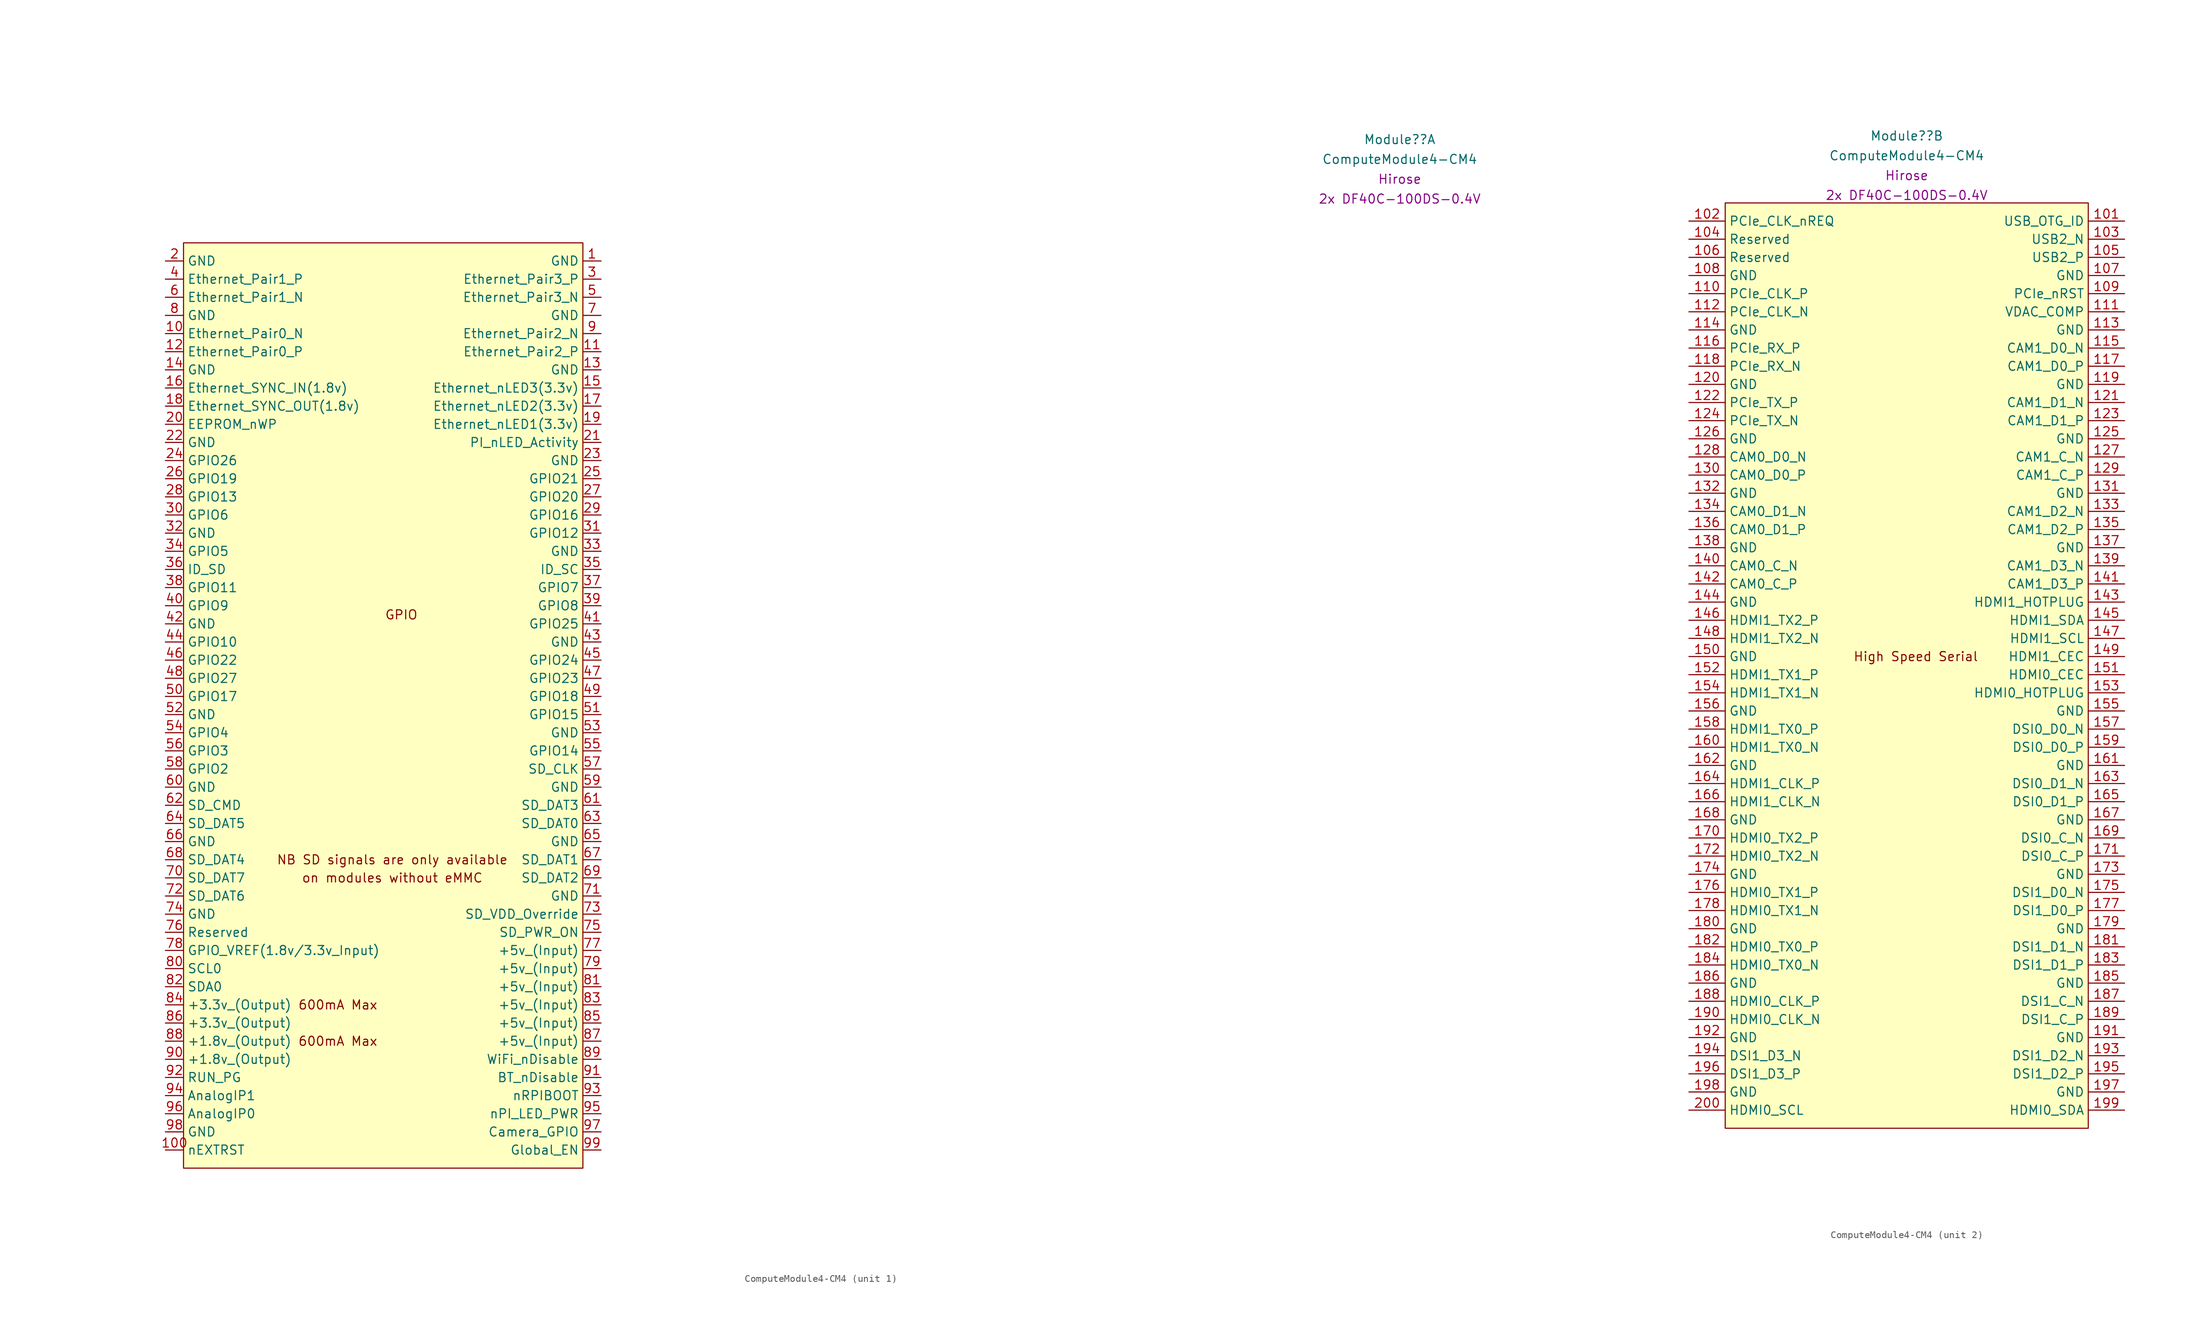
<source format=kicad_sym>
(kicad_symbol_lib
  (version 20211014)
  (generator kicad_symbol_editor)
  (symbol "ComputeModule4-CM4"
    (property "Reference" "Module?"
      (at 139.7 72.89 0)
      (effects (font (size 1.27 1.27))))
    (property "Value" "ComputeModule4-CM4"
      (at 139.7 70.115 0)
      (effects (font (size 1.27 1.27))))
    (property "Field4" "Hirose"
      (at 139.7 67.34 0)
      (effects (font (size 1.27 1.27))))
    (property "Field5" "2x DF40C-100DS-0.4V"
      (at 139.7 64.564 0)
      (effects (font (size 1.27 1.27))))
    (symbol "ComputeModule4-CM4_1_0"
      (text "GPIO" (at 0 6.35 0) (effects (font (size 1.27 1.27)))))
    (symbol "ComputeModule4-CM4_1_1"
      (rectangle (start -30.48 -71.12) (end 25.4 58.42) (stroke (width 0) (type default) (color 0 0 0 0)) (fill (type background)))
      (text "600mA Max" (at -8.89 -53.34 0) (effects (font (size 1.27 1.27))))
      (text "600mA Max" (at -8.89 -48.26 0) (effects (font (size 1.27 1.27))))
      (text "NB SD signals are only available" (at -1.27 -27.94 0) (effects (font (size 1.27 1.27))))
      (text "on modules without eMMC" (at -1.27 -30.48 0) (effects (font (size 1.27 1.27))))
      (pin power_in line (at 27.94 55.88 180) (length 2.54) (name "GND" (effects (font (size 1.27 1.27)))) (number "1" (effects (font (size 1.27 1.27)))))
      (pin passive line (at -33.02 45.72 0) (length 2.54) (name "Ethernet_Pair0_N" (effects (font (size 1.27 1.27)))) (number "10" (effects (font (size 1.27 1.27)))))
      (pin output line (at -33.02 -68.58 0) (length 2.54) (name "nEXTRST" (effects (font (size 1.27 1.27)))) (number "100" (effects (font (size 1.27 1.27)))))
      (pin passive line (at 27.94 43.18 180) (length 2.54) (name "Ethernet_Pair2_P" (effects (font (size 1.27 1.27)))) (number "11" (effects (font (size 1.27 1.27)))))
      (pin passive line (at -33.02 43.18 0) (length 2.54) (name "Ethernet_Pair0_P" (effects (font (size 1.27 1.27)))) (number "12" (effects (font (size 1.27 1.27)))))
      (pin power_in line (at 27.94 40.64 180) (length 2.54) (name "GND" (effects (font (size 1.27 1.27)))) (number "13" (effects (font (size 1.27 1.27)))))
      (pin power_in line (at -33.02 40.64 0) (length 2.54) (name "GND" (effects (font (size 1.27 1.27)))) (number "14" (effects (font (size 1.27 1.27)))))
      (pin output line (at 27.94 38.1 180) (length 2.54) (name "Ethernet_nLED3(3.3v)" (effects (font (size 1.27 1.27)))) (number "15" (effects (font (size 1.27 1.27)))))
      (pin input line (at -33.02 38.1 0) (length 2.54) (name "Ethernet_SYNC_IN(1.8v)" (effects (font (size 1.27 1.27)))) (number "16" (effects (font (size 1.27 1.27)))))
      (pin output line (at 27.94 35.56 180) (length 2.54) (name "Ethernet_nLED2(3.3v)" (effects (font (size 1.27 1.27)))) (number "17" (effects (font (size 1.27 1.27)))))
      (pin input line (at -33.02 35.56 0) (length 2.54) (name "Ethernet_SYNC_OUT(1.8v)" (effects (font (size 1.27 1.27)))) (number "18" (effects (font (size 1.27 1.27)))))
      (pin output line (at 27.94 33.02 180) (length 2.54) (name "Ethernet_nLED1(3.3v)" (effects (font (size 1.27 1.27)))) (number "19" (effects (font (size 1.27 1.27)))))
      (pin power_in line (at -33.02 55.88 0) (length 2.54) (name "GND" (effects (font (size 1.27 1.27)))) (number "2" (effects (font (size 1.27 1.27)))))
      (pin passive line (at -33.02 33.02 0) (length 2.54) (name "EEPROM_nWP" (effects (font (size 1.27 1.27)))) (number "20" (effects (font (size 1.27 1.27)))))
      (pin open_collector line (at 27.94 30.48 180) (length 2.54) (name "PI_nLED_Activity" (effects (font (size 1.27 1.27)))) (number "21" (effects (font (size 1.27 1.27)))))
      (pin power_in line (at -33.02 30.48 0) (length 2.54) (name "GND" (effects (font (size 1.27 1.27)))) (number "22" (effects (font (size 1.27 1.27)))))
      (pin power_in line (at 27.94 27.94 180) (length 2.54) (name "GND" (effects (font (size 1.27 1.27)))) (number "23" (effects (font (size 1.27 1.27)))))
      (pin passive line (at -33.02 27.94 0) (length 2.54) (name "GPIO26" (effects (font (size 1.27 1.27)))) (number "24" (effects (font (size 1.27 1.27)))))
      (pin passive line (at 27.94 25.4 180) (length 2.54) (name "GPIO21" (effects (font (size 1.27 1.27)))) (number "25" (effects (font (size 1.27 1.27)))))
      (pin passive line (at -33.02 25.4 0) (length 2.54) (name "GPIO19" (effects (font (size 1.27 1.27)))) (number "26" (effects (font (size 1.27 1.27)))))
      (pin passive line (at 27.94 22.86 180) (length 2.54) (name "GPIO20" (effects (font (size 1.27 1.27)))) (number "27" (effects (font (size 1.27 1.27)))))
      (pin passive line (at -33.02 22.86 0) (length 2.54) (name "GPIO13" (effects (font (size 1.27 1.27)))) (number "28" (effects (font (size 1.27 1.27)))))
      (pin passive line (at 27.94 20.32 180) (length 2.54) (name "GPIO16" (effects (font (size 1.27 1.27)))) (number "29" (effects (font (size 1.27 1.27)))))
      (pin passive line (at 27.94 53.34 180) (length 2.54) (name "Ethernet_Pair3_P" (effects (font (size 1.27 1.27)))) (number "3" (effects (font (size 1.27 1.27)))))
      (pin passive line (at -33.02 20.32 0) (length 2.54) (name "GPIO6" (effects (font (size 1.27 1.27)))) (number "30" (effects (font (size 1.27 1.27)))))
      (pin passive line (at 27.94 17.78 180) (length 2.54) (name "GPIO12" (effects (font (size 1.27 1.27)))) (number "31" (effects (font (size 1.27 1.27)))))
      (pin power_in line (at -33.02 17.78 0) (length 2.54) (name "GND" (effects (font (size 1.27 1.27)))) (number "32" (effects (font (size 1.27 1.27)))))
      (pin power_in line (at 27.94 15.24 180) (length 2.54) (name "GND" (effects (font (size 1.27 1.27)))) (number "33" (effects (font (size 1.27 1.27)))))
      (pin passive line (at -33.02 15.24 0) (length 2.54) (name "GPIO5" (effects (font (size 1.27 1.27)))) (number "34" (effects (font (size 1.27 1.27)))))
      (pin passive line (at 27.94 12.7 180) (length 2.54) (name "ID_SC" (effects (font (size 1.27 1.27)))) (number "35" (effects (font (size 1.27 1.27)))))
      (pin passive line (at -33.02 12.7 0) (length 2.54) (name "ID_SD" (effects (font (size 1.27 1.27)))) (number "36" (effects (font (size 1.27 1.27)))))
      (pin passive line (at 27.94 10.16 180) (length 2.54) (name "GPIO7" (effects (font (size 1.27 1.27)))) (number "37" (effects (font (size 1.27 1.27)))))
      (pin passive line (at -33.02 10.16 0) (length 2.54) (name "GPIO11" (effects (font (size 1.27 1.27)))) (number "38" (effects (font (size 1.27 1.27)))))
      (pin passive line (at 27.94 7.62 180) (length 2.54) (name "GPIO8" (effects (font (size 1.27 1.27)))) (number "39" (effects (font (size 1.27 1.27)))))
      (pin passive line (at -33.02 53.34 0) (length 2.54) (name "Ethernet_Pair1_P" (effects (font (size 1.27 1.27)))) (number "4" (effects (font (size 1.27 1.27)))))
      (pin passive line (at -33.02 7.62 0) (length 2.54) (name "GPIO9" (effects (font (size 1.27 1.27)))) (number "40" (effects (font (size 1.27 1.27)))))
      (pin passive line (at 27.94 5.08 180) (length 2.54) (name "GPIO25" (effects (font (size 1.27 1.27)))) (number "41" (effects (font (size 1.27 1.27)))))
      (pin power_in line (at -33.02 5.08 0) (length 2.54) (name "GND" (effects (font (size 1.27 1.27)))) (number "42" (effects (font (size 1.27 1.27)))))
      (pin power_in line (at 27.94 2.54 180) (length 2.54) (name "GND" (effects (font (size 1.27 1.27)))) (number "43" (effects (font (size 1.27 1.27)))))
      (pin passive line (at -33.02 2.54 0) (length 2.54) (name "GPIO10" (effects (font (size 1.27 1.27)))) (number "44" (effects (font (size 1.27 1.27)))))
      (pin passive line (at 27.94 0 180) (length 2.54) (name "GPIO24" (effects (font (size 1.27 1.27)))) (number "45" (effects (font (size 1.27 1.27)))))
      (pin passive line (at -33.02 0 0) (length 2.54) (name "GPIO22" (effects (font (size 1.27 1.27)))) (number "46" (effects (font (size 1.27 1.27)))))
      (pin passive line (at 27.94 -2.54 180) (length 2.54) (name "GPIO23" (effects (font (size 1.27 1.27)))) (number "47" (effects (font (size 1.27 1.27)))))
      (pin passive line (at -33.02 -2.54 0) (length 2.54) (name "GPIO27" (effects (font (size 1.27 1.27)))) (number "48" (effects (font (size 1.27 1.27)))))
      (pin passive line (at 27.94 -5.08 180) (length 2.54) (name "GPIO18" (effects (font (size 1.27 1.27)))) (number "49" (effects (font (size 1.27 1.27)))))
      (pin passive line (at 27.94 50.8 180) (length 2.54) (name "Ethernet_Pair3_N" (effects (font (size 1.27 1.27)))) (number "5" (effects (font (size 1.27 1.27)))))
      (pin passive line (at -33.02 -5.08 0) (length 2.54) (name "GPIO17" (effects (font (size 1.27 1.27)))) (number "50" (effects (font (size 1.27 1.27)))))
      (pin passive line (at 27.94 -7.62 180) (length 2.54) (name "GPIO15" (effects (font (size 1.27 1.27)))) (number "51" (effects (font (size 1.27 1.27)))))
      (pin power_in line (at -33.02 -7.62 0) (length 2.54) (name "GND" (effects (font (size 1.27 1.27)))) (number "52" (effects (font (size 1.27 1.27)))))
      (pin power_in line (at 27.94 -10.16 180) (length 2.54) (name "GND" (effects (font (size 1.27 1.27)))) (number "53" (effects (font (size 1.27 1.27)))))
      (pin passive line (at -33.02 -10.16 0) (length 2.54) (name "GPIO4" (effects (font (size 1.27 1.27)))) (number "54" (effects (font (size 1.27 1.27)))))
      (pin passive line (at 27.94 -12.7 180) (length 2.54) (name "GPIO14" (effects (font (size 1.27 1.27)))) (number "55" (effects (font (size 1.27 1.27)))))
      (pin passive line (at -33.02 -12.7 0) (length 2.54) (name "GPIO3" (effects (font (size 1.27 1.27)))) (number "56" (effects (font (size 1.27 1.27)))))
      (pin passive line (at 27.94 -15.24 180) (length 2.54) (name "SD_CLK" (effects (font (size 1.27 1.27)))) (number "57" (effects (font (size 1.27 1.27)))))
      (pin passive line (at -33.02 -15.24 0) (length 2.54) (name "GPIO2" (effects (font (size 1.27 1.27)))) (number "58" (effects (font (size 1.27 1.27)))))
      (pin power_in line (at 27.94 -17.78 180) (length 2.54) (name "GND" (effects (font (size 1.27 1.27)))) (number "59" (effects (font (size 1.27 1.27)))))
      (pin passive line (at -33.02 50.8 0) (length 2.54) (name "Ethernet_Pair1_N" (effects (font (size 1.27 1.27)))) (number "6" (effects (font (size 1.27 1.27)))))
      (pin power_in line (at -33.02 -17.78 0) (length 2.54) (name "GND" (effects (font (size 1.27 1.27)))) (number "60" (effects (font (size 1.27 1.27)))))
      (pin passive line (at 27.94 -20.32 180) (length 2.54) (name "SD_DAT3" (effects (font (size 1.27 1.27)))) (number "61" (effects (font (size 1.27 1.27)))))
      (pin passive line (at -33.02 -20.32 0) (length 2.54) (name "SD_CMD" (effects (font (size 1.27 1.27)))) (number "62" (effects (font (size 1.27 1.27)))))
      (pin passive line (at 27.94 -22.86 180) (length 2.54) (name "SD_DAT0" (effects (font (size 1.27 1.27)))) (number "63" (effects (font (size 1.27 1.27)))))
      (pin passive line (at -33.02 -22.86 0) (length 2.54) (name "SD_DAT5" (effects (font (size 1.27 1.27)))) (number "64" (effects (font (size 1.27 1.27)))))
      (pin power_in line (at 27.94 -25.4 180) (length 2.54) (name "GND" (effects (font (size 1.27 1.27)))) (number "65" (effects (font (size 1.27 1.27)))))
      (pin power_in line (at -33.02 -25.4 0) (length 2.54) (name "GND" (effects (font (size 1.27 1.27)))) (number "66" (effects (font (size 1.27 1.27)))))
      (pin passive line (at 27.94 -27.94 180) (length 2.54) (name "SD_DAT1" (effects (font (size 1.27 1.27)))) (number "67" (effects (font (size 1.27 1.27)))))
      (pin passive line (at -33.02 -27.94 0) (length 2.54) (name "SD_DAT4" (effects (font (size 1.27 1.27)))) (number "68" (effects (font (size 1.27 1.27)))))
      (pin passive line (at 27.94 -30.48 180) (length 2.54) (name "SD_DAT2" (effects (font (size 1.27 1.27)))) (number "69" (effects (font (size 1.27 1.27)))))
      (pin power_in line (at 27.94 48.26 180) (length 2.54) (name "GND" (effects (font (size 1.27 1.27)))) (number "7" (effects (font (size 1.27 1.27)))))
      (pin passive line (at -33.02 -30.48 0) (length 2.54) (name "SD_DAT7" (effects (font (size 1.27 1.27)))) (number "70" (effects (font (size 1.27 1.27)))))
      (pin power_in line (at 27.94 -33.02 180) (length 2.54) (name "GND" (effects (font (size 1.27 1.27)))) (number "71" (effects (font (size 1.27 1.27)))))
      (pin passive line (at -33.02 -33.02 0) (length 2.54) (name "SD_DAT6" (effects (font (size 1.27 1.27)))) (number "72" (effects (font (size 1.27 1.27)))))
      (pin input line (at 27.94 -35.56 180) (length 2.54) (name "SD_VDD_Override" (effects (font (size 1.27 1.27)))) (number "73" (effects (font (size 1.27 1.27)))))
      (pin power_in line (at -33.02 -35.56 0) (length 2.54) (name "GND" (effects (font (size 1.27 1.27)))) (number "74" (effects (font (size 1.27 1.27)))))
      (pin output line (at 27.94 -38.1 180) (length 2.54) (name "SD_PWR_ON" (effects (font (size 1.27 1.27)))) (number "75" (effects (font (size 1.27 1.27)))))
      (pin passive line (at -33.02 -38.1 0) (length 2.54) (name "Reserved" (effects (font (size 1.27 1.27)))) (number "76" (effects (font (size 1.27 1.27)))))
      (pin power_in line (at 27.94 -40.64 180) (length 2.54) (name "+5v_(Input)" (effects (font (size 1.27 1.27)))) (number "77" (effects (font (size 1.27 1.27)))))
      (pin power_in line (at -33.02 -40.64 0) (length 2.54) (name "GPIO_VREF(1.8v/3.3v_Input)" (effects (font (size 1.27 1.27)))) (number "78" (effects (font (size 1.27 1.27)))))
      (pin power_in line (at 27.94 -43.18 180) (length 2.54) (name "+5v_(Input)" (effects (font (size 1.27 1.27)))) (number "79" (effects (font (size 1.27 1.27)))))
      (pin power_in line (at -33.02 48.26 0) (length 2.54) (name "GND" (effects (font (size 1.27 1.27)))) (number "8" (effects (font (size 1.27 1.27)))))
      (pin passive line (at -33.02 -43.18 0) (length 2.54) (name "SCL0" (effects (font (size 1.27 1.27)))) (number "80" (effects (font (size 1.27 1.27)))))
      (pin power_in line (at 27.94 -45.72 180) (length 2.54) (name "+5v_(Input)" (effects (font (size 1.27 1.27)))) (number "81" (effects (font (size 1.27 1.27)))))
      (pin passive line (at -33.02 -45.72 0) (length 2.54) (name "SDA0" (effects (font (size 1.27 1.27)))) (number "82" (effects (font (size 1.27 1.27)))))
      (pin power_in line (at 27.94 -48.26 180) (length 2.54) (name "+5v_(Input)" (effects (font (size 1.27 1.27)))) (number "83" (effects (font (size 1.27 1.27)))))
      (pin power_out line (at -33.02 -48.26 0) (length 2.54) (name "+3.3v_(Output)" (effects (font (size 1.27 1.27)))) (number "84" (effects (font (size 1.27 1.27)))))
      (pin power_in line (at 27.94 -50.8 180) (length 2.54) (name "+5v_(Input)" (effects (font (size 1.27 1.27)))) (number "85" (effects (font (size 1.27 1.27)))))
      (pin power_out line (at -33.02 -50.8 0) (length 2.54) (name "+3.3v_(Output)" (effects (font (size 1.27 1.27)))) (number "86" (effects (font (size 1.27 1.27)))))
      (pin power_in line (at 27.94 -53.34 180) (length 2.54) (name "+5v_(Input)" (effects (font (size 1.27 1.27)))) (number "87" (effects (font (size 1.27 1.27)))))
      (pin power_out line (at -33.02 -53.34 0) (length 2.54) (name "+1.8v_(Output)" (effects (font (size 1.27 1.27)))) (number "88" (effects (font (size 1.27 1.27)))))
      (pin power_in line (at 27.94 -55.88 180) (length 2.54) (name "WiFi_nDisable" (effects (font (size 1.27 1.27)))) (number "89" (effects (font (size 1.27 1.27)))))
      (pin passive line (at 27.94 45.72 180) (length 2.54) (name "Ethernet_Pair2_N" (effects (font (size 1.27 1.27)))) (number "9" (effects (font (size 1.27 1.27)))))
      (pin power_out line (at -33.02 -55.88 0) (length 2.54) (name "+1.8v_(Output)" (effects (font (size 1.27 1.27)))) (number "90" (effects (font (size 1.27 1.27)))))
      (pin power_in line (at 27.94 -58.42 180) (length 2.54) (name "BT_nDisable" (effects (font (size 1.27 1.27)))) (number "91" (effects (font (size 1.27 1.27)))))
      (pin passive line (at -33.02 -58.42 0) (length 2.54) (name "RUN_PG" (effects (font (size 1.27 1.27)))) (number "92" (effects (font (size 1.27 1.27)))))
      (pin input line (at 27.94 -60.96 180) (length 2.54) (name "nRPIBOOT" (effects (font (size 1.27 1.27)))) (number "93" (effects (font (size 1.27 1.27)))))
      (pin passive line (at -33.02 -60.96 0) (length 2.54) (name "AnalogIP1" (effects (font (size 1.27 1.27)))) (number "94" (effects (font (size 1.27 1.27)))))
      (pin output line (at 27.94 -63.5 180) (length 2.54) (name "nPI_LED_PWR" (effects (font (size 1.27 1.27)))) (number "95" (effects (font (size 1.27 1.27)))))
      (pin passive line (at -33.02 -63.5 0) (length 2.54) (name "AnalogIP0" (effects (font (size 1.27 1.27)))) (number "96" (effects (font (size 1.27 1.27)))))
      (pin passive line (at 27.94 -66.04 180) (length 2.54) (name "Camera_GPIO" (effects (font (size 1.27 1.27)))) (number "97" (effects (font (size 1.27 1.27)))))
      (pin power_in line (at -33.02 -66.04 0) (length 2.54) (name "GND" (effects (font (size 1.27 1.27)))) (number "98" (effects (font (size 1.27 1.27)))))
      (pin input line (at 27.94 -68.58 180) (length 2.54) (name "Global_EN" (effects (font (size 1.27 1.27)))) (number "99" (effects (font (size 1.27 1.27))))))
    (symbol "ComputeModule4-CM4_2_1"
      (rectangle (start 114.3 -66.04) (end 165.1 63.5) (stroke (width 0) (type default) (color 0 0 0 0)) (fill (type background)))
      (text "High Speed Serial" (at 140.97 0 0) (effects (font (size 1.27 1.27))))
      (pin input line (at 170.18 60.96 180) (length 5.08) (name "USB_OTG_ID" (effects (font (size 1.27 1.27)))) (number "101" (effects (font (size 1.27 1.27)))))
      (pin input line (at 109.22 60.96 0) (length 5.08) (name "PCIe_CLK_nREQ" (effects (font (size 1.27 1.27)))) (number "102" (effects (font (size 1.27 1.27)))))
      (pin passive line (at 170.18 58.42 180) (length 5.08) (name "USB2_N" (effects (font (size 1.27 1.27)))) (number "103" (effects (font (size 1.27 1.27)))))
      (pin passive line (at 109.22 58.42 0) (length 5.08) (name "Reserved" (effects (font (size 1.27 1.27)))) (number "104" (effects (font (size 1.27 1.27)))))
      (pin passive line (at 170.18 55.88 180) (length 5.08) (name "USB2_P" (effects (font (size 1.27 1.27)))) (number "105" (effects (font (size 1.27 1.27)))))
      (pin passive line (at 109.22 55.88 0) (length 5.08) (name "Reserved" (effects (font (size 1.27 1.27)))) (number "106" (effects (font (size 1.27 1.27)))))
      (pin power_in line (at 170.18 53.34 180) (length 5.08) (name "GND" (effects (font (size 1.27 1.27)))) (number "107" (effects (font (size 1.27 1.27)))))
      (pin power_in line (at 109.22 53.34 0) (length 5.08) (name "GND" (effects (font (size 1.27 1.27)))) (number "108" (effects (font (size 1.27 1.27)))))
      (pin bidirectional line (at 170.18 50.8 180) (length 5.08) (name "PCIe_nRST" (effects (font (size 1.27 1.27)))) (number "109" (effects (font (size 1.27 1.27)))))
      (pin output line (at 109.22 50.8 0) (length 5.08) (name "PCIe_CLK_P" (effects (font (size 1.27 1.27)))) (number "110" (effects (font (size 1.27 1.27)))))
      (pin passive line (at 170.18 48.26 180) (length 5.08) (name "VDAC_COMP" (effects (font (size 1.27 1.27)))) (number "111" (effects (font (size 1.27 1.27)))))
      (pin output line (at 109.22 48.26 0) (length 5.08) (name "PCIe_CLK_N" (effects (font (size 1.27 1.27)))) (number "112" (effects (font (size 1.27 1.27)))))
      (pin power_in line (at 170.18 45.72 180) (length 5.08) (name "GND" (effects (font (size 1.27 1.27)))) (number "113" (effects (font (size 1.27 1.27)))))
      (pin power_in line (at 109.22 45.72 0) (length 5.08) (name "GND" (effects (font (size 1.27 1.27)))) (number "114" (effects (font (size 1.27 1.27)))))
      (pin input line (at 170.18 43.18 180) (length 5.08) (name "CAM1_D0_N" (effects (font (size 1.27 1.27)))) (number "115" (effects (font (size 1.27 1.27)))))
      (pin input line (at 109.22 43.18 0) (length 5.08) (name "PCIe_RX_P" (effects (font (size 1.27 1.27)))) (number "116" (effects (font (size 1.27 1.27)))))
      (pin input line (at 170.18 40.64 180) (length 5.08) (name "CAM1_D0_P" (effects (font (size 1.27 1.27)))) (number "117" (effects (font (size 1.27 1.27)))))
      (pin input line (at 109.22 40.64 0) (length 5.08) (name "PCIe_RX_N" (effects (font (size 1.27 1.27)))) (number "118" (effects (font (size 1.27 1.27)))))
      (pin power_in line (at 170.18 38.1 180) (length 5.08) (name "GND" (effects (font (size 1.27 1.27)))) (number "119" (effects (font (size 1.27 1.27)))))
      (pin power_in line (at 109.22 38.1 0) (length 5.08) (name "GND" (effects (font (size 1.27 1.27)))) (number "120" (effects (font (size 1.27 1.27)))))
      (pin input line (at 170.18 35.56 180) (length 5.08) (name "CAM1_D1_N" (effects (font (size 1.27 1.27)))) (number "121" (effects (font (size 1.27 1.27)))))
      (pin output line (at 109.22 35.56 0) (length 5.08) (name "PCIe_TX_P" (effects (font (size 1.27 1.27)))) (number "122" (effects (font (size 1.27 1.27)))))
      (pin input line (at 170.18 33.02 180) (length 5.08) (name "CAM1_D1_P" (effects (font (size 1.27 1.27)))) (number "123" (effects (font (size 1.27 1.27)))))
      (pin output line (at 109.22 33.02 0) (length 5.08) (name "PCIe_TX_N" (effects (font (size 1.27 1.27)))) (number "124" (effects (font (size 1.27 1.27)))))
      (pin power_in line (at 170.18 30.48 180) (length 5.08) (name "GND" (effects (font (size 1.27 1.27)))) (number "125" (effects (font (size 1.27 1.27)))))
      (pin power_in line (at 109.22 30.48 0) (length 5.08) (name "GND" (effects (font (size 1.27 1.27)))) (number "126" (effects (font (size 1.27 1.27)))))
      (pin input line (at 170.18 27.94 180) (length 5.08) (name "CAM1_C_N" (effects (font (size 1.27 1.27)))) (number "127" (effects (font (size 1.27 1.27)))))
      (pin input line (at 109.22 27.94 0) (length 5.08) (name "CAM0_D0_N" (effects (font (size 1.27 1.27)))) (number "128" (effects (font (size 1.27 1.27)))))
      (pin input line (at 170.18 25.4 180) (length 5.08) (name "CAM1_C_P" (effects (font (size 1.27 1.27)))) (number "129" (effects (font (size 1.27 1.27)))))
      (pin input line (at 109.22 25.4 0) (length 5.08) (name "CAM0_D0_P" (effects (font (size 1.27 1.27)))) (number "130" (effects (font (size 1.27 1.27)))))
      (pin power_in line (at 170.18 22.86 180) (length 5.08) (name "GND" (effects (font (size 1.27 1.27)))) (number "131" (effects (font (size 1.27 1.27)))))
      (pin power_in line (at 109.22 22.86 0) (length 5.08) (name "GND" (effects (font (size 1.27 1.27)))) (number "132" (effects (font (size 1.27 1.27)))))
      (pin input line (at 170.18 20.32 180) (length 5.08) (name "CAM1_D2_N" (effects (font (size 1.27 1.27)))) (number "133" (effects (font (size 1.27 1.27)))))
      (pin input line (at 109.22 20.32 0) (length 5.08) (name "CAM0_D1_N" (effects (font (size 1.27 1.27)))) (number "134" (effects (font (size 1.27 1.27)))))
      (pin input line (at 170.18 17.78 180) (length 5.08) (name "CAM1_D2_P" (effects (font (size 1.27 1.27)))) (number "135" (effects (font (size 1.27 1.27)))))
      (pin input line (at 109.22 17.78 0) (length 5.08) (name "CAM0_D1_P" (effects (font (size 1.27 1.27)))) (number "136" (effects (font (size 1.27 1.27)))))
      (pin power_in line (at 170.18 15.24 180) (length 5.08) (name "GND" (effects (font (size 1.27 1.27)))) (number "137" (effects (font (size 1.27 1.27)))))
      (pin power_in line (at 109.22 15.24 0) (length 5.08) (name "GND" (effects (font (size 1.27 1.27)))) (number "138" (effects (font (size 1.27 1.27)))))
      (pin input line (at 170.18 12.7 180) (length 5.08) (name "CAM1_D3_N" (effects (font (size 1.27 1.27)))) (number "139" (effects (font (size 1.27 1.27)))))
      (pin input line (at 109.22 12.7 0) (length 5.08) (name "CAM0_C_N" (effects (font (size 1.27 1.27)))) (number "140" (effects (font (size 1.27 1.27)))))
      (pin input line (at 170.18 10.16 180) (length 5.08) (name "CAM1_D3_P" (effects (font (size 1.27 1.27)))) (number "141" (effects (font (size 1.27 1.27)))))
      (pin input line (at 109.22 10.16 0) (length 5.08) (name "CAM0_C_P" (effects (font (size 1.27 1.27)))) (number "142" (effects (font (size 1.27 1.27)))))
      (pin input line (at 170.18 7.62 180) (length 5.08) (name "HDMI1_HOTPLUG" (effects (font (size 1.27 1.27)))) (number "143" (effects (font (size 1.27 1.27)))))
      (pin power_in line (at 109.22 7.62 0) (length 5.08) (name "GND" (effects (font (size 1.27 1.27)))) (number "144" (effects (font (size 1.27 1.27)))))
      (pin bidirectional line (at 170.18 5.08 180) (length 5.08) (name "HDMI1_SDA" (effects (font (size 1.27 1.27)))) (number "145" (effects (font (size 1.27 1.27)))))
      (pin output line (at 109.22 5.08 0) (length 5.08) (name "HDMI1_TX2_P" (effects (font (size 1.27 1.27)))) (number "146" (effects (font (size 1.27 1.27)))))
      (pin open_collector line (at 170.18 2.54 180) (length 5.08) (name "HDMI1_SCL" (effects (font (size 1.27 1.27)))) (number "147" (effects (font (size 1.27 1.27)))))
      (pin output line (at 109.22 2.54 0) (length 5.08) (name "HDMI1_TX2_N" (effects (font (size 1.27 1.27)))) (number "148" (effects (font (size 1.27 1.27)))))
      (pin open_collector line (at 170.18 0 180) (length 5.08) (name "HDMI1_CEC" (effects (font (size 1.27 1.27)))) (number "149" (effects (font (size 1.27 1.27)))))
      (pin power_in line (at 109.22 0 0) (length 5.08) (name "GND" (effects (font (size 1.27 1.27)))) (number "150" (effects (font (size 1.27 1.27)))))
      (pin open_collector line (at 170.18 -2.54 180) (length 5.08) (name "HDMI0_CEC" (effects (font (size 1.27 1.27)))) (number "151" (effects (font (size 1.27 1.27)))))
      (pin output line (at 109.22 -2.54 0) (length 5.08) (name "HDMI1_TX1_P" (effects (font (size 1.27 1.27)))) (number "152" (effects (font (size 1.27 1.27)))))
      (pin input line (at 170.18 -5.08 180) (length 5.08) (name "HDMI0_HOTPLUG" (effects (font (size 1.27 1.27)))) (number "153" (effects (font (size 1.27 1.27)))))
      (pin output line (at 109.22 -5.08 0) (length 5.08) (name "HDMI1_TX1_N" (effects (font (size 1.27 1.27)))) (number "154" (effects (font (size 1.27 1.27)))))
      (pin power_in line (at 170.18 -7.62 180) (length 5.08) (name "GND" (effects (font (size 1.27 1.27)))) (number "155" (effects (font (size 1.27 1.27)))))
      (pin power_in line (at 109.22 -7.62 0) (length 5.08) (name "GND" (effects (font (size 1.27 1.27)))) (number "156" (effects (font (size 1.27 1.27)))))
      (pin output line (at 170.18 -10.16 180) (length 5.08) (name "DSI0_D0_N" (effects (font (size 1.27 1.27)))) (number "157" (effects (font (size 1.27 1.27)))))
      (pin output line (at 109.22 -10.16 0) (length 5.08) (name "HDMI1_TX0_P" (effects (font (size 1.27 1.27)))) (number "158" (effects (font (size 1.27 1.27)))))
      (pin output line (at 170.18 -12.7 180) (length 5.08) (name "DSI0_D0_P" (effects (font (size 1.27 1.27)))) (number "159" (effects (font (size 1.27 1.27)))))
      (pin output line (at 109.22 -12.7 0) (length 5.08) (name "HDMI1_TX0_N" (effects (font (size 1.27 1.27)))) (number "160" (effects (font (size 1.27 1.27)))))
      (pin power_in line (at 170.18 -15.24 180) (length 5.08) (name "GND" (effects (font (size 1.27 1.27)))) (number "161" (effects (font (size 1.27 1.27)))))
      (pin power_in line (at 109.22 -15.24 0) (length 5.08) (name "GND" (effects (font (size 1.27 1.27)))) (number "162" (effects (font (size 1.27 1.27)))))
      (pin output line (at 170.18 -17.78 180) (length 5.08) (name "DSI0_D1_N" (effects (font (size 1.27 1.27)))) (number "163" (effects (font (size 1.27 1.27)))))
      (pin output line (at 109.22 -17.78 0) (length 5.08) (name "HDMI1_CLK_P" (effects (font (size 1.27 1.27)))) (number "164" (effects (font (size 1.27 1.27)))))
      (pin output line (at 170.18 -20.32 180) (length 5.08) (name "DSI0_D1_P" (effects (font (size 1.27 1.27)))) (number "165" (effects (font (size 1.27 1.27)))))
      (pin output line (at 109.22 -20.32 0) (length 5.08) (name "HDMI1_CLK_N" (effects (font (size 1.27 1.27)))) (number "166" (effects (font (size 1.27 1.27)))))
      (pin power_in line (at 170.18 -22.86 180) (length 5.08) (name "GND" (effects (font (size 1.27 1.27)))) (number "167" (effects (font (size 1.27 1.27)))))
      (pin power_in line (at 109.22 -22.86 0) (length 5.08) (name "GND" (effects (font (size 1.27 1.27)))) (number "168" (effects (font (size 1.27 1.27)))))
      (pin output line (at 170.18 -25.4 180) (length 5.08) (name "DSI0_C_N" (effects (font (size 1.27 1.27)))) (number "169" (effects (font (size 1.27 1.27)))))
      (pin output line (at 109.22 -25.4 0) (length 5.08) (name "HDMI0_TX2_P" (effects (font (size 1.27 1.27)))) (number "170" (effects (font (size 1.27 1.27)))))
      (pin output line (at 170.18 -27.94 180) (length 5.08) (name "DSI0_C_P" (effects (font (size 1.27 1.27)))) (number "171" (effects (font (size 1.27 1.27)))))
      (pin output line (at 109.22 -27.94 0) (length 5.08) (name "HDMI0_TX2_N" (effects (font (size 1.27 1.27)))) (number "172" (effects (font (size 1.27 1.27)))))
      (pin power_in line (at 170.18 -30.48 180) (length 5.08) (name "GND" (effects (font (size 1.27 1.27)))) (number "173" (effects (font (size 1.27 1.27)))))
      (pin power_in line (at 109.22 -30.48 0) (length 5.08) (name "GND" (effects (font (size 1.27 1.27)))) (number "174" (effects (font (size 1.27 1.27)))))
      (pin output line (at 170.18 -33.02 180) (length 5.08) (name "DSI1_D0_N" (effects (font (size 1.27 1.27)))) (number "175" (effects (font (size 1.27 1.27)))))
      (pin output line (at 109.22 -33.02 0) (length 5.08) (name "HDMI0_TX1_P" (effects (font (size 1.27 1.27)))) (number "176" (effects (font (size 1.27 1.27)))))
      (pin output line (at 170.18 -35.56 180) (length 5.08) (name "DSI1_D0_P" (effects (font (size 1.27 1.27)))) (number "177" (effects (font (size 1.27 1.27)))))
      (pin output line (at 109.22 -35.56 0) (length 5.08) (name "HDMI0_TX1_N" (effects (font (size 1.27 1.27)))) (number "178" (effects (font (size 1.27 1.27)))))
      (pin power_in line (at 170.18 -38.1 180) (length 5.08) (name "GND" (effects (font (size 1.27 1.27)))) (number "179" (effects (font (size 1.27 1.27)))))
      (pin power_in line (at 109.22 -38.1 0) (length 5.08) (name "GND" (effects (font (size 1.27 1.27)))) (number "180" (effects (font (size 1.27 1.27)))))
      (pin output line (at 170.18 -40.64 180) (length 5.08) (name "DSI1_D1_N" (effects (font (size 1.27 1.27)))) (number "181" (effects (font (size 1.27 1.27)))))
      (pin output line (at 109.22 -40.64 0) (length 5.08) (name "HDMI0_TX0_P" (effects (font (size 1.27 1.27)))) (number "182" (effects (font (size 1.27 1.27)))))
      (pin output line (at 170.18 -43.18 180) (length 5.08) (name "DSI1_D1_P" (effects (font (size 1.27 1.27)))) (number "183" (effects (font (size 1.27 1.27)))))
      (pin output line (at 109.22 -43.18 0) (length 5.08) (name "HDMI0_TX0_N" (effects (font (size 1.27 1.27)))) (number "184" (effects (font (size 1.27 1.27)))))
      (pin power_in line (at 170.18 -45.72 180) (length 5.08) (name "GND" (effects (font (size 1.27 1.27)))) (number "185" (effects (font (size 1.27 1.27)))))
      (pin power_in line (at 109.22 -45.72 0) (length 5.08) (name "GND" (effects (font (size 1.27 1.27)))) (number "186" (effects (font (size 1.27 1.27)))))
      (pin output line (at 170.18 -48.26 180) (length 5.08) (name "DSI1_C_N" (effects (font (size 1.27 1.27)))) (number "187" (effects (font (size 1.27 1.27)))))
      (pin output line (at 109.22 -48.26 0) (length 5.08) (name "HDMI0_CLK_P" (effects (font (size 1.27 1.27)))) (number "188" (effects (font (size 1.27 1.27)))))
      (pin output line (at 170.18 -50.8 180) (length 5.08) (name "DSI1_C_P" (effects (font (size 1.27 1.27)))) (number "189" (effects (font (size 1.27 1.27)))))
      (pin output line (at 109.22 -50.8 0) (length 5.08) (name "HDMI0_CLK_N" (effects (font (size 1.27 1.27)))) (number "190" (effects (font (size 1.27 1.27)))))
      (pin power_in line (at 170.18 -53.34 180) (length 5.08) (name "GND" (effects (font (size 1.27 1.27)))) (number "191" (effects (font (size 1.27 1.27)))))
      (pin power_in line (at 109.22 -53.34 0) (length 5.08) (name "GND" (effects (font (size 1.27 1.27)))) (number "192" (effects (font (size 1.27 1.27)))))
      (pin output line (at 170.18 -55.88 180) (length 5.08) (name "DSI1_D2_N" (effects (font (size 1.27 1.27)))) (number "193" (effects (font (size 1.27 1.27)))))
      (pin output line (at 109.22 -55.88 0) (length 5.08) (name "DSI1_D3_N" (effects (font (size 1.27 1.27)))) (number "194" (effects (font (size 1.27 1.27)))))
      (pin output line (at 170.18 -58.42 180) (length 5.08) (name "DSI1_D2_P" (effects (font (size 1.27 1.27)))) (number "195" (effects (font (size 1.27 1.27)))))
      (pin output line (at 109.22 -58.42 0) (length 5.08) (name "DSI1_D3_P" (effects (font (size 1.27 1.27)))) (number "196" (effects (font (size 1.27 1.27)))))
      (pin power_in line (at 170.18 -60.96 180) (length 5.08) (name "GND" (effects (font (size 1.27 1.27)))) (number "197" (effects (font (size 1.27 1.27)))))
      (pin power_in line (at 109.22 -60.96 0) (length 5.08) (name "GND" (effects (font (size 1.27 1.27)))) (number "198" (effects (font (size 1.27 1.27)))))
      (pin bidirectional line (at 170.18 -63.5 180) (length 5.08) (name "HDMI0_SDA" (effects (font (size 1.27 1.27)))) (number "199" (effects (font (size 1.27 1.27)))))
      (pin open_collector line (at 109.22 -63.5 0) (length 5.08) (name "HDMI0_SCL" (effects (font (size 1.27 1.27)))) (number "200" (effects (font (size 1.27 1.27))))))))
</source>
